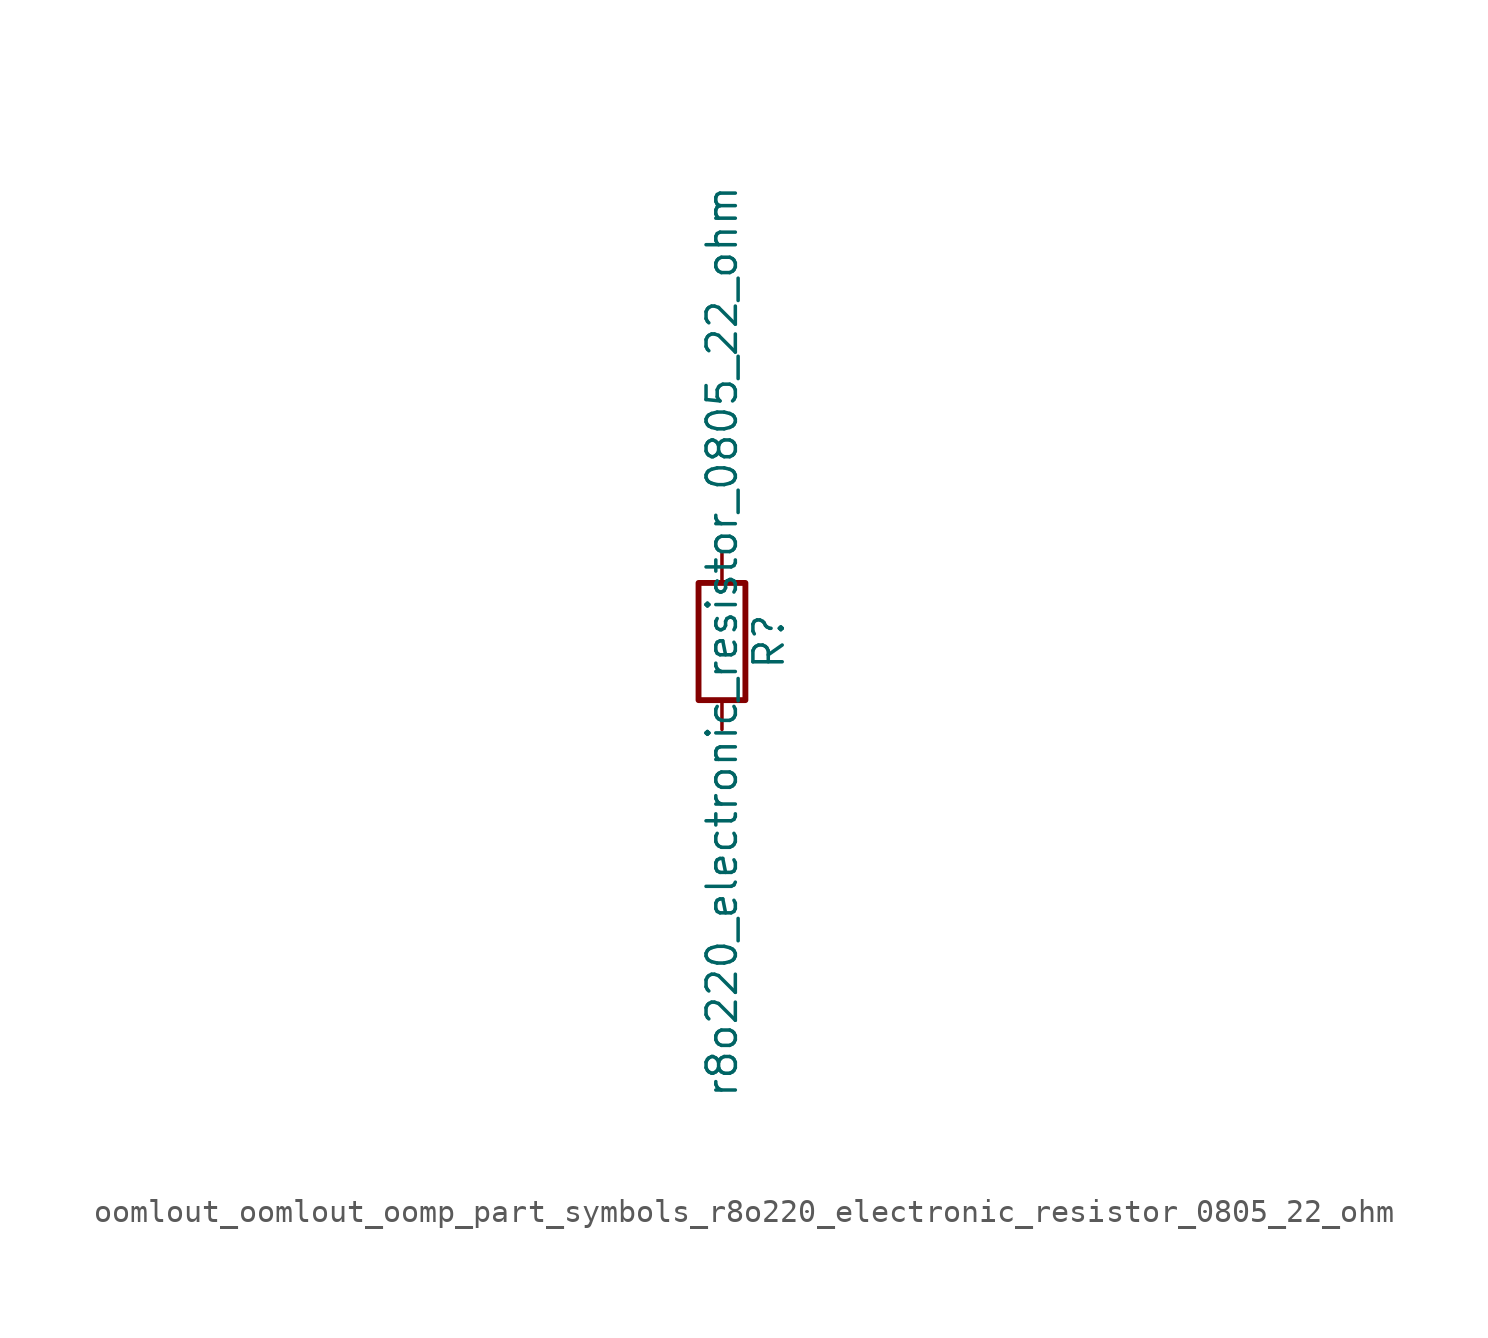
<source format=kicad_sym>
(kicad_symbol_lib
  (version 20220914)
  (generator kicad_symbol_editor)
  (symbol "oomlout_oomlout_oomp_part_symbols_r8o220_electronic_resistor_0805_22_ohm"
    (pin_numbers hide)
    (pin_names
      (offset 0))
    (property "Reference" "R"
      (at 2.032 0 90)
      (effects (font (size 1.27 1.27))))
    (property "Value" "r8o220_electronic_resistor_0805_22_ohm"
      (at 0 0 90)
      (effects (font (size 1.27 1.27))))
    (symbol "oomlout_oomlout_oomp_part_symbols_r8o220_electronic_resistor_0805_22_ohm_0_1"
      (rectangle (start -1.016 -2.54) (end 1.016 2.54) (stroke (width 0.254) (type default)) (fill (type none))))
    (symbol "oomlout_oomlout_oomp_part_symbols_r8o220_electronic_resistor_0805_22_ohm_1_1"
      (pin passive line (at 0 3.81 270) (length 1.27) (name "~" (effects (font (size 1.27 1.27)))) (number "1" (effects (font (size 1.27 1.27)))))
      (pin passive line (at 0 -3.81 90) (length 1.27) (name "~" (effects (font (size 1.27 1.27)))) (number "2" (effects (font (size 1.27 1.27))))))))
</source>
